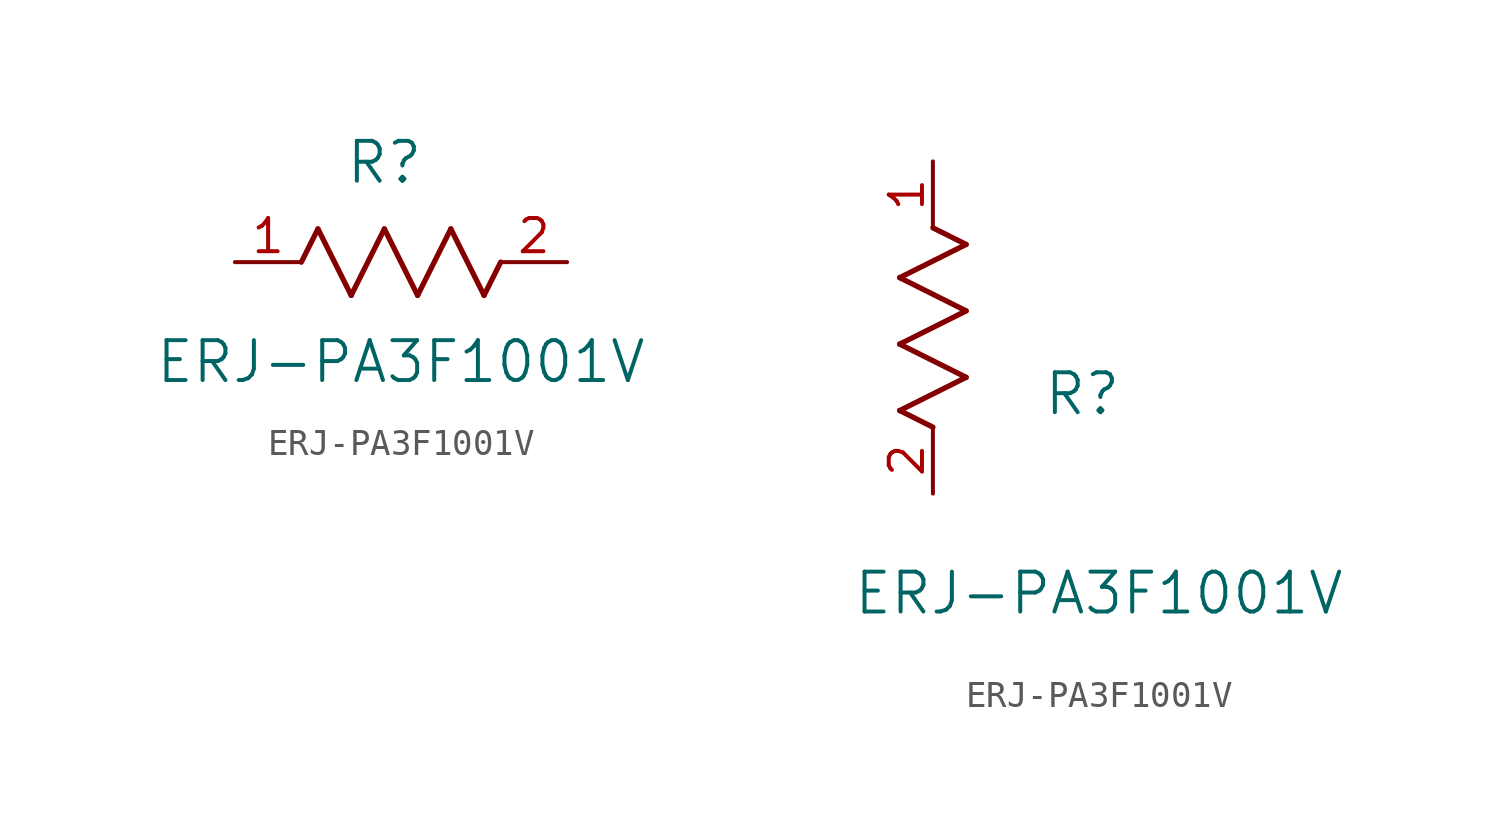
<source format=kicad_sym>
(kicad_symbol_lib
  (version 20211014)
  (generator kicad_symbol_editor)
  (symbol "ERJ-PA3F1001V"
    (pin_names
      (offset 0.254))
    (property "Reference" "R"
      (at 5.715 3.81 0)
      (effects (font (size 1.524 1.524))))
    (property "Value" "ERJ-PA3F1001V"
      (at 6.35 -3.81 0)
      (effects (font (size 1.524 1.524))))
    (symbol "ERJ-PA3F1001V_1_1"
      (polyline (pts (xy 3.175 1.27) (xy 4.445 -1.27)) (stroke (width 0.203) (type default) (color 0 0 0 0)) (fill (type none)))
      (polyline (pts (xy 4.445 -1.27) (xy 5.715 1.27)) (stroke (width 0.203) (type default) (color 0 0 0 0)) (fill (type none)))
      (polyline (pts (xy 5.715 1.27) (xy 6.985 -1.27)) (stroke (width 0.203) (type default) (color 0 0 0 0)) (fill (type none)))
      (polyline (pts (xy 6.985 -1.27) (xy 8.255 1.27)) (stroke (width 0.203) (type default) (color 0 0 0 0)) (fill (type none)))
      (polyline (pts (xy 8.255 1.27) (xy 9.525 -1.27)) (stroke (width 0.203) (type default) (color 0 0 0 0)) (fill (type none)))
      (polyline (pts (xy 2.54 0) (xy 3.175 1.27)) (stroke (width 0.203) (type default) (color 0 0 0 0)) (fill (type none)))
      (polyline (pts (xy 9.525 -1.27) (xy 10.16 0)) (stroke (width 0.203) (type default) (color 0 0 0 0)) (fill (type none)))
      (pin unspecified line (at 0 0 0) (length 2.54) (name "" (effects (font (size 1.27 1.27)))) (number "1" (effects (font (size 1.27 1.27)))))
      (pin unspecified line (at 12.7 0 180) (length 2.54) (name "" (effects (font (size 1.27 1.27)))) (number "2" (effects (font (size 1.27 1.27))))))
    (symbol "ERJ-PA3F1001V_1_2"
      (polyline (pts (xy 0 2.54) (xy -1.27 3.175)) (stroke (width 0.203) (type default) (color 0 0 0 0)) (fill (type none)))
      (polyline (pts (xy -1.27 3.175) (xy 1.27 4.445)) (stroke (width 0.203) (type default) (color 0 0 0 0)) (fill (type none)))
      (polyline (pts (xy 1.27 4.445) (xy -1.27 5.715)) (stroke (width 0.203) (type default) (color 0 0 0 0)) (fill (type none)))
      (polyline (pts (xy -1.27 5.715) (xy 1.27 6.985)) (stroke (width 0.203) (type default) (color 0 0 0 0)) (fill (type none)))
      (polyline (pts (xy -1.27 8.255) (xy 1.27 9.525)) (stroke (width 0.203) (type default) (color 0 0 0 0)) (fill (type none)))
      (polyline (pts (xy 1.27 9.525) (xy 0 10.16)) (stroke (width 0.203) (type default) (color 0 0 0 0)) (fill (type none)))
      (polyline (pts (xy 1.27 6.985) (xy -1.27 8.255)) (stroke (width 0.203) (type default) (color 0 0 0 0)) (fill (type none)))
      (pin unspecified line (at 0 12.7 270) (length 2.54) (name "" (effects (font (size 1.27 1.27)))) (number "1" (effects (font (size 1.27 1.27)))))
      (pin unspecified line (at 0 0 90) (length 2.54) (name "" (effects (font (size 1.27 1.27)))) (number "2" (effects (font (size 1.27 1.27))))))))
</source>
